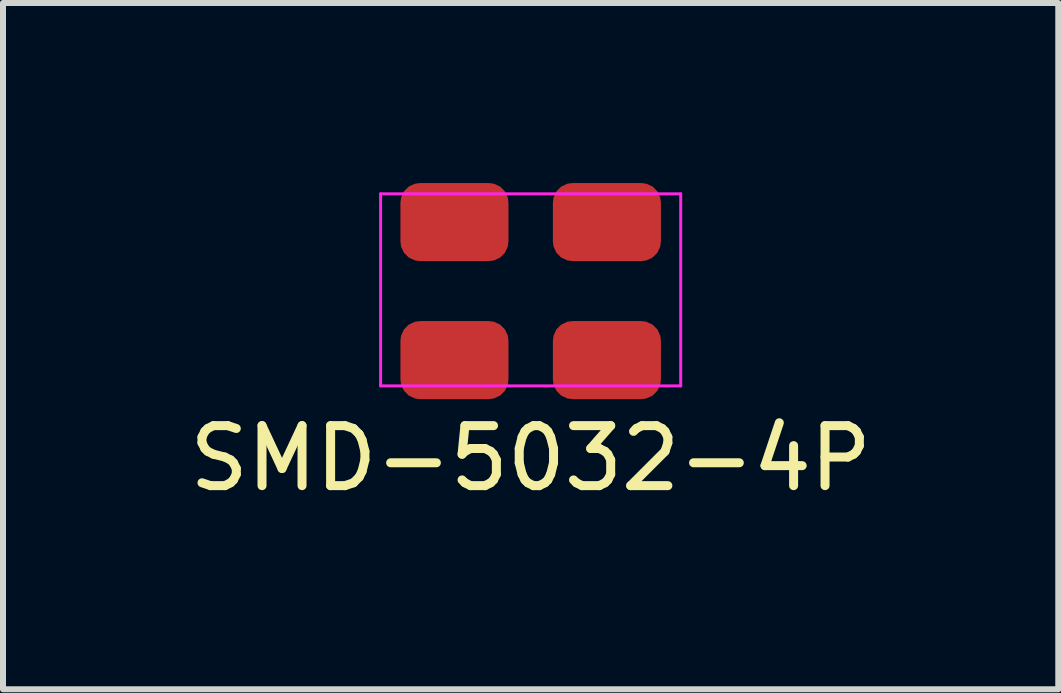
<source format=kicad_pcb>
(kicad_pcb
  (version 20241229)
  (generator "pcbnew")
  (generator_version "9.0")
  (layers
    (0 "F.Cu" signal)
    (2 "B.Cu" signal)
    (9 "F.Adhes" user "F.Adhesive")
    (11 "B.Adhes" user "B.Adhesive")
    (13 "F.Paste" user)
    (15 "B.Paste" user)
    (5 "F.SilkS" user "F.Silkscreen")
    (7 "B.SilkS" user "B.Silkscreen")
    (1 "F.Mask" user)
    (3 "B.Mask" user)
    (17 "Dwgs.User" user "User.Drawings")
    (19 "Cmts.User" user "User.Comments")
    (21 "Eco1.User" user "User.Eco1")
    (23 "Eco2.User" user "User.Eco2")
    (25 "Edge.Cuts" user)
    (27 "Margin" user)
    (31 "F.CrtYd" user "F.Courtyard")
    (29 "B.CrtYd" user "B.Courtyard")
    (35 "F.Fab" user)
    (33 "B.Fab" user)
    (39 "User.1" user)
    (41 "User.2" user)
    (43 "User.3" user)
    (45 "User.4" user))
  (footprint "SMD-5032-4P"
    (layer "F.Cu")
    (at 5.792 1.793)
    (property "Reference" "SMD-5032-4P" (at 0 2.794 0) (layer "F.SilkS") (effects (font (size 1 1) (thickness 0.15))))
    (attr smd)
    (fp_line (start -2.5 -1.613) (end -2.5 1.587) (stroke (width 0.05) (type solid)) (layer "F.CrtYd"))
    (fp_line (start -2.5 -1.613) (end 2.5 -1.613) (stroke (width 0.05) (type solid)) (layer "F.CrtYd"))
    (fp_line (start -2.5 1.587) (end 2.5 1.587) (stroke (width 0.05) (type solid)) (layer "F.CrtYd"))
    (fp_line (start 2.5 -1.613) (end 2.5 1.587) (stroke (width 0.05) (type solid)) (layer "F.CrtYd"))
    (pad "1" smd roundrect (at -1.27 1.157) (size 1.8 1.3) (layers "F.Cu" "F.Mask" "F.Paste") (roundrect_rratio 0.25))
    (pad "2" smd roundrect (at 1.27 1.157) (size 1.8 1.3) (layers "F.Cu" "F.Mask" "F.Paste") (roundrect_rratio 0.25))
    (pad "3" smd roundrect (at 1.27 -1.143) (size 1.8 1.3) (layers "F.Cu" "F.Mask" "F.Paste") (roundrect_rratio 0.25))
    (pad "4" smd roundrect (at -1.27 -1.143) (size 1.8 1.3) (layers "F.Cu" "F.Mask" "F.Paste") (roundrect_rratio 0.25)))
  (gr_rect
    (start -3 -3)
    (end 14.583 8.435)
    (stroke (width 0.1) (type default))
    (fill no)
    (layer "Edge.Cuts")))
</source>
